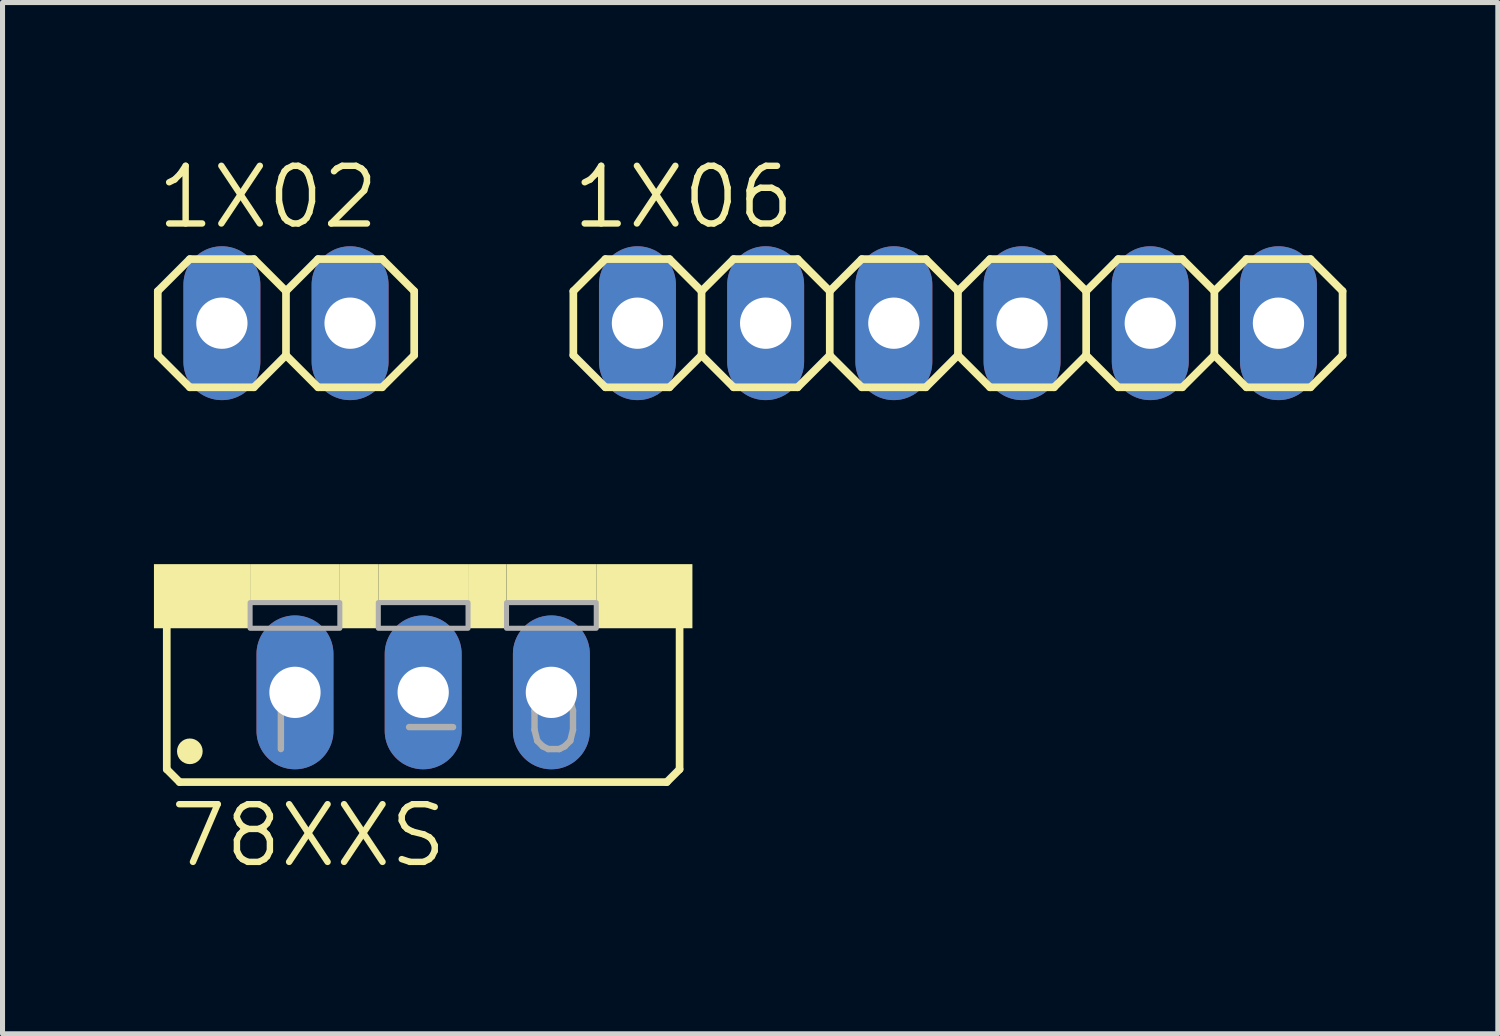
<source format=kicad_pcb>
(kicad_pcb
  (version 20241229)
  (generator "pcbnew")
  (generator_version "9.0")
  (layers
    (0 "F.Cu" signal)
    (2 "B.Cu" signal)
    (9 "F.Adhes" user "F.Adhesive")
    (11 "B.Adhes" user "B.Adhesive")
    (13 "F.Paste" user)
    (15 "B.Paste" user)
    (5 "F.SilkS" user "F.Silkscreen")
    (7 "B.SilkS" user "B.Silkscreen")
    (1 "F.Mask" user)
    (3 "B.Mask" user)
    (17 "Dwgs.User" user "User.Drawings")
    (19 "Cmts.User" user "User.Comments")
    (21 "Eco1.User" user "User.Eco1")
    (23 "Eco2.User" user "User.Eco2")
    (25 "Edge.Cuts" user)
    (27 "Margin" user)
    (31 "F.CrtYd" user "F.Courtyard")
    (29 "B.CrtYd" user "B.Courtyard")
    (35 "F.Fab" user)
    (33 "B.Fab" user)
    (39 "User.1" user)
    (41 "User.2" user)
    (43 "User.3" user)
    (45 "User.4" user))
  (footprint "78XXS"
    (layer "F.Cu")
    (at 5.334 8.127)
    (property "Reference" "78XXS" (at -5.08 6.045 0) (layer "F.SilkS") (effects (font (size 1.143 1.143) (thickness 0.127)) (justify left bottom)))
    (fp_line (start -5.08 4.064) (end -5.08 1.143) (stroke (width 0.152) (type solid)) (layer "F.SilkS"))
    (fp_line (start -5.08 4.064) (end -4.826 4.318) (stroke (width 0.152) (type solid)) (layer "F.SilkS"))
    (fp_line (start 4.826 4.318) (end -4.826 4.318) (stroke (width 0.152) (type solid)) (layer "F.SilkS"))
    (fp_line (start 4.826 4.318) (end 5.08 4.064) (stroke (width 0.152) (type solid)) (layer "F.SilkS"))
    (fp_line (start 5.08 1.143) (end 5.08 4.064) (stroke (width 0.152) (type solid)) (layer "F.SilkS"))
    (fp_circle (center -4.623 3.708) (end -4.496 3.708) (stroke (width 0.254) (type solid)) (fill yes) (layer "F.SilkS"))
    (fp_poly (pts (xy -5.334 1.27) (xy -3.429 1.27) (xy -3.429 0) (xy -5.334 0)) (stroke (width 0) (type solid)) (fill yes) (layer "F.SilkS"))
    (fp_poly (pts (xy -3.429 0.762) (xy -1.651 0.762) (xy -1.651 0) (xy -3.429 0)) (stroke (width 0) (type solid)) (fill yes) (layer "F.SilkS"))
    (fp_poly (pts (xy -1.651 1.27) (xy -0.889 1.27) (xy -0.889 0) (xy -1.651 0)) (stroke (width 0) (type solid)) (fill yes) (layer "F.SilkS"))
    (fp_poly (pts (xy -0.889 0.762) (xy 0.889 0.762) (xy 0.889 0) (xy -0.889 0)) (stroke (width 0) (type solid)) (fill yes) (layer "F.SilkS"))
    (fp_poly (pts (xy 0.889 1.27) (xy 1.651 1.27) (xy 1.651 0) (xy 0.889 0)) (stroke (width 0) (type solid)) (fill yes) (layer "F.SilkS"))
    (fp_poly (pts (xy 1.651 0.762) (xy 3.429 0.762) (xy 3.429 0) (xy 1.651 0)) (stroke (width 0) (type solid)) (fill yes) (layer "F.SilkS"))
    (fp_poly (pts (xy 3.429 1.27) (xy 5.334 1.27) (xy 5.334 0) (xy 3.429 0)) (stroke (width 0) (type solid)) (fill yes) (layer "F.SilkS"))
    (fp_poly (pts (xy -3.429 1.27) (xy -1.651 1.27) (xy -1.651 0.762) (xy -3.429 0.762)) (stroke (width 0.1) (type solid)) (fill no) (layer "F.Fab"))
    (fp_poly (pts (xy -0.889 1.27) (xy 0.889 1.27) (xy 0.889 0.762) (xy -0.889 0.762)) (stroke (width 0.1) (type solid)) (fill no) (layer "F.Fab"))
    (fp_poly (pts (xy 1.651 1.27) (xy 3.429 1.27) (xy 3.429 0.762) (xy 1.651 0.762)) (stroke (width 0.1) (type solid)) (fill no) (layer "F.Fab"))
    (fp_text user "-" (at -0.635 3.81 0) (layer "F.Fab") (effects (font (size 1.143 1.143) (thickness 0.127)) (justify left bottom)))
    (fp_text user "O" (at 1.905 3.81 0) (layer "F.Fab") (effects (font (size 1.143 1.143) (thickness 0.127)) (justify left bottom)))
    (fp_text user "I" (at -3.175 3.81 0) (layer "F.Fab") (effects (font (size 1.143 1.143) (thickness 0.127)) (justify left bottom)))
    (pad "GND" thru_hole oval (at 0 2.54 90) (size 3.048 1.524) (drill 1.016) (layers "*.Cu" "*.Mask"))
    (pad "IN" thru_hole oval (at -2.54 2.54 90) (size 3.048 1.524) (drill 1.016) (layers "*.Cu" "*.Mask"))
    (pad "OUT" thru_hole oval (at 2.54 2.54 90) (size 3.048 1.524) (drill 1.016) (layers "*.Cu" "*.Mask")))
  (footprint "1X02"
    (layer "F.Cu")
    (at 2.616 3.353)
    (property "Reference" "1X02" (at -2.616 -1.829 0) (layer "F.SilkS") (effects (font (size 1.143 1.143) (thickness 0.127)) (justify left bottom)))
    (fp_line (start -2.54 -0.635) (end -2.54 0.635) (stroke (width 0.152) (type solid)) (layer "F.SilkS"))
    (fp_line (start -2.54 0.635) (end -1.905 1.27) (stroke (width 0.152) (type solid)) (layer "F.SilkS"))
    (fp_line (start -1.905 -1.27) (end -2.54 -0.635) (stroke (width 0.152) (type solid)) (layer "F.SilkS"))
    (fp_line (start -1.905 -1.27) (end -0.635 -1.27) (stroke (width 0.152) (type solid)) (layer "F.SilkS"))
    (fp_line (start -0.635 -1.27) (end 0 -0.635) (stroke (width 0.152) (type solid)) (layer "F.SilkS"))
    (fp_line (start -0.635 1.27) (end -1.905 1.27) (stroke (width 0.152) (type solid)) (layer "F.SilkS"))
    (fp_line (start 0 -0.635) (end 0 0.635) (stroke (width 0.152) (type solid)) (layer "F.SilkS"))
    (fp_line (start 0 -0.635) (end 0.635 -1.27) (stroke (width 0.152) (type solid)) (layer "F.SilkS"))
    (fp_line (start 0 0.635) (end -0.635 1.27) (stroke (width 0.152) (type solid)) (layer "F.SilkS"))
    (fp_line (start 0.635 -1.27) (end 1.905 -1.27) (stroke (width 0.152) (type solid)) (layer "F.SilkS"))
    (fp_line (start 0.635 1.27) (end 0 0.635) (stroke (width 0.152) (type solid)) (layer "F.SilkS"))
    (fp_line (start 1.905 -1.27) (end 2.54 -0.635) (stroke (width 0.152) (type solid)) (layer "F.SilkS"))
    (fp_line (start 1.905 1.27) (end 0.635 1.27) (stroke (width 0.152) (type solid)) (layer "F.SilkS"))
    (fp_line (start 2.54 -0.635) (end 2.54 0.635) (stroke (width 0.152) (type solid)) (layer "F.SilkS"))
    (fp_line (start 2.54 0.635) (end 1.905 1.27) (stroke (width 0.152) (type solid)) (layer "F.SilkS"))
    (fp_poly (pts (xy -1.524 0.254) (xy -1.016 0.254) (xy -1.016 -0.254) (xy -1.524 -0.254)) (stroke (width 0.1) (type solid)) (fill no) (layer "F.Fab"))
    (fp_poly (pts (xy 1.016 0.254) (xy 1.524 0.254) (xy 1.524 -0.254) (xy 1.016 -0.254)) (stroke (width 0.1) (type solid)) (fill no) (layer "F.Fab"))
    (pad "1" thru_hole oval (at -1.27 0 90) (size 3.048 1.524) (drill 1.016) (layers "*.Cu" "*.Mask"))
    (pad "2" thru_hole oval (at 1.27 0 90) (size 3.048 1.524) (drill 1.016) (layers "*.Cu" "*.Mask")))
  (footprint "1X06"
    (layer "F.Cu")
    (at 15.929 3.353)
    (property "Reference" "1X06" (at -7.696 -1.829 0) (layer "F.SilkS") (effects (font (size 1.143 1.143) (thickness 0.127)) (justify left bottom)))
    (fp_line (start -7.62 -0.635) (end -7.62 0.635) (stroke (width 0.152) (type solid)) (layer "F.SilkS"))
    (fp_line (start -7.62 0.635) (end -6.985 1.27) (stroke (width 0.152) (type solid)) (layer "F.SilkS"))
    (fp_line (start -6.985 -1.27) (end -7.62 -0.635) (stroke (width 0.152) (type solid)) (layer "F.SilkS"))
    (fp_line (start -6.985 -1.27) (end -5.715 -1.27) (stroke (width 0.152) (type solid)) (layer "F.SilkS"))
    (fp_line (start -5.715 -1.27) (end -5.08 -0.635) (stroke (width 0.152) (type solid)) (layer "F.SilkS"))
    (fp_line (start -5.715 1.27) (end -6.985 1.27) (stroke (width 0.152) (type solid)) (layer "F.SilkS"))
    (fp_line (start -5.08 -0.635) (end -5.08 0.635) (stroke (width 0.152) (type solid)) (layer "F.SilkS"))
    (fp_line (start -5.08 -0.635) (end -4.445 -1.27) (stroke (width 0.152) (type solid)) (layer "F.SilkS"))
    (fp_line (start -5.08 0.635) (end -5.715 1.27) (stroke (width 0.152) (type solid)) (layer "F.SilkS"))
    (fp_line (start -4.445 -1.27) (end -3.175 -1.27) (stroke (width 0.152) (type solid)) (layer "F.SilkS"))
    (fp_line (start -4.445 1.27) (end -5.08 0.635) (stroke (width 0.152) (type solid)) (layer "F.SilkS"))
    (fp_line (start -3.175 -1.27) (end -2.54 -0.635) (stroke (width 0.152) (type solid)) (layer "F.SilkS"))
    (fp_line (start -3.175 1.27) (end -4.445 1.27) (stroke (width 0.152) (type solid)) (layer "F.SilkS"))
    (fp_line (start -2.54 -0.635) (end -2.54 0.635) (stroke (width 0.152) (type solid)) (layer "F.SilkS"))
    (fp_line (start -2.54 -0.635) (end -1.905 -1.27) (stroke (width 0.152) (type solid)) (layer "F.SilkS"))
    (fp_line (start -2.54 0.635) (end -3.175 1.27) (stroke (width 0.152) (type solid)) (layer "F.SilkS"))
    (fp_line (start -1.905 -1.27) (end -0.635 -1.27) (stroke (width 0.152) (type solid)) (layer "F.SilkS"))
    (fp_line (start -1.905 1.27) (end -2.54 0.635) (stroke (width 0.152) (type solid)) (layer "F.SilkS"))
    (fp_line (start -0.635 -1.27) (end 0 -0.635) (stroke (width 0.152) (type solid)) (layer "F.SilkS"))
    (fp_line (start -0.635 1.27) (end -1.905 1.27) (stroke (width 0.152) (type solid)) (layer "F.SilkS"))
    (fp_line (start 0 -0.635) (end 0 0.635) (stroke (width 0.152) (type solid)) (layer "F.SilkS"))
    (fp_line (start 0 0.635) (end -0.635 1.27) (stroke (width 0.152) (type solid)) (layer "F.SilkS"))
    (fp_line (start 0 0.635) (end 0.635 1.27) (stroke (width 0.152) (type solid)) (layer "F.SilkS"))
    (fp_line (start 0.635 -1.27) (end 0 -0.635) (stroke (width 0.152) (type solid)) (layer "F.SilkS"))
    (fp_line (start 0.635 -1.27) (end 1.905 -1.27) (stroke (width 0.152) (type solid)) (layer "F.SilkS"))
    (fp_line (start 1.905 -1.27) (end 2.54 -0.635) (stroke (width 0.152) (type solid)) (layer "F.SilkS"))
    (fp_line (start 1.905 1.27) (end 0.635 1.27) (stroke (width 0.152) (type solid)) (layer "F.SilkS"))
    (fp_line (start 2.54 -0.635) (end 2.54 0.635) (stroke (width 0.152) (type solid)) (layer "F.SilkS"))
    (fp_line (start 2.54 -0.635) (end 3.175 -1.27) (stroke (width 0.152) (type solid)) (layer "F.SilkS"))
    (fp_line (start 2.54 0.635) (end 1.905 1.27) (stroke (width 0.152) (type solid)) (layer "F.SilkS"))
    (fp_line (start 3.175 -1.27) (end 4.445 -1.27) (stroke (width 0.152) (type solid)) (layer "F.SilkS"))
    (fp_line (start 3.175 1.27) (end 2.54 0.635) (stroke (width 0.152) (type solid)) (layer "F.SilkS"))
    (fp_line (start 4.445 -1.27) (end 5.08 -0.635) (stroke (width 0.152) (type solid)) (layer "F.SilkS"))
    (fp_line (start 4.445 1.27) (end 3.175 1.27) (stroke (width 0.152) (type solid)) (layer "F.SilkS"))
    (fp_line (start 5.08 -0.635) (end 5.08 0.635) (stroke (width 0.152) (type solid)) (layer "F.SilkS"))
    (fp_line (start 5.08 0.635) (end 4.445 1.27) (stroke (width 0.152) (type solid)) (layer "F.SilkS"))
    (fp_line (start 5.08 0.635) (end 5.715 1.27) (stroke (width 0.152) (type solid)) (layer "F.SilkS"))
    (fp_line (start 5.715 -1.27) (end 5.08 -0.635) (stroke (width 0.152) (type solid)) (layer "F.SilkS"))
    (fp_line (start 5.715 -1.27) (end 6.985 -1.27) (stroke (width 0.152) (type solid)) (layer "F.SilkS"))
    (fp_line (start 6.985 -1.27) (end 7.62 -0.635) (stroke (width 0.152) (type solid)) (layer "F.SilkS"))
    (fp_line (start 6.985 1.27) (end 5.715 1.27) (stroke (width 0.152) (type solid)) (layer "F.SilkS"))
    (fp_line (start 7.62 -0.635) (end 7.62 0.635) (stroke (width 0.152) (type solid)) (layer "F.SilkS"))
    (fp_line (start 7.62 0.635) (end 6.985 1.27) (stroke (width 0.152) (type solid)) (layer "F.SilkS"))
    (fp_poly (pts (xy -6.604 0.254) (xy -6.096 0.254) (xy -6.096 -0.254) (xy -6.604 -0.254)) (stroke (width 0.1) (type solid)) (fill no) (layer "F.Fab"))
    (fp_poly (pts (xy -4.064 0.254) (xy -3.556 0.254) (xy -3.556 -0.254) (xy -4.064 -0.254)) (stroke (width 0.1) (type solid)) (fill no) (layer "F.Fab"))
    (fp_poly (pts (xy -1.524 0.254) (xy -1.016 0.254) (xy -1.016 -0.254) (xy -1.524 -0.254)) (stroke (width 0.1) (type solid)) (fill no) (layer "F.Fab"))
    (fp_poly (pts (xy 1.016 0.254) (xy 1.524 0.254) (xy 1.524 -0.254) (xy 1.016 -0.254)) (stroke (width 0.1) (type solid)) (fill no) (layer "F.Fab"))
    (fp_poly (pts (xy 3.556 0.254) (xy 4.064 0.254) (xy 4.064 -0.254) (xy 3.556 -0.254)) (stroke (width 0.1) (type solid)) (fill no) (layer "F.Fab"))
    (fp_poly (pts (xy 6.096 0.254) (xy 6.604 0.254) (xy 6.604 -0.254) (xy 6.096 -0.254)) (stroke (width 0.1) (type solid)) (fill no) (layer "F.Fab"))
    (pad "1" thru_hole oval (at -6.35 0 90) (size 3.048 1.524) (drill 1.016) (layers "*.Cu" "*.Mask"))
    (pad "2" thru_hole oval (at -3.81 0 90) (size 3.048 1.524) (drill 1.016) (layers "*.Cu" "*.Mask"))
    (pad "3" thru_hole oval (at -1.27 0 90) (size 3.048 1.524) (drill 1.016) (layers "*.Cu" "*.Mask"))
    (pad "4" thru_hole oval (at 1.27 0 90) (size 3.048 1.524) (drill 1.016) (layers "*.Cu" "*.Mask"))
    (pad "5" thru_hole oval (at 3.81 0 90) (size 3.048 1.524) (drill 1.016) (layers "*.Cu" "*.Mask"))
    (pad "6" thru_hole oval (at 6.35 0 90) (size 3.048 1.524) (drill 1.016) (layers "*.Cu" "*.Mask")))
  (gr_rect
    (start -3 -3)
    (end 26.625 17.431)
    (stroke (width 0.1) (type default))
    (fill no)
    (layer "Edge.Cuts")))
</source>
